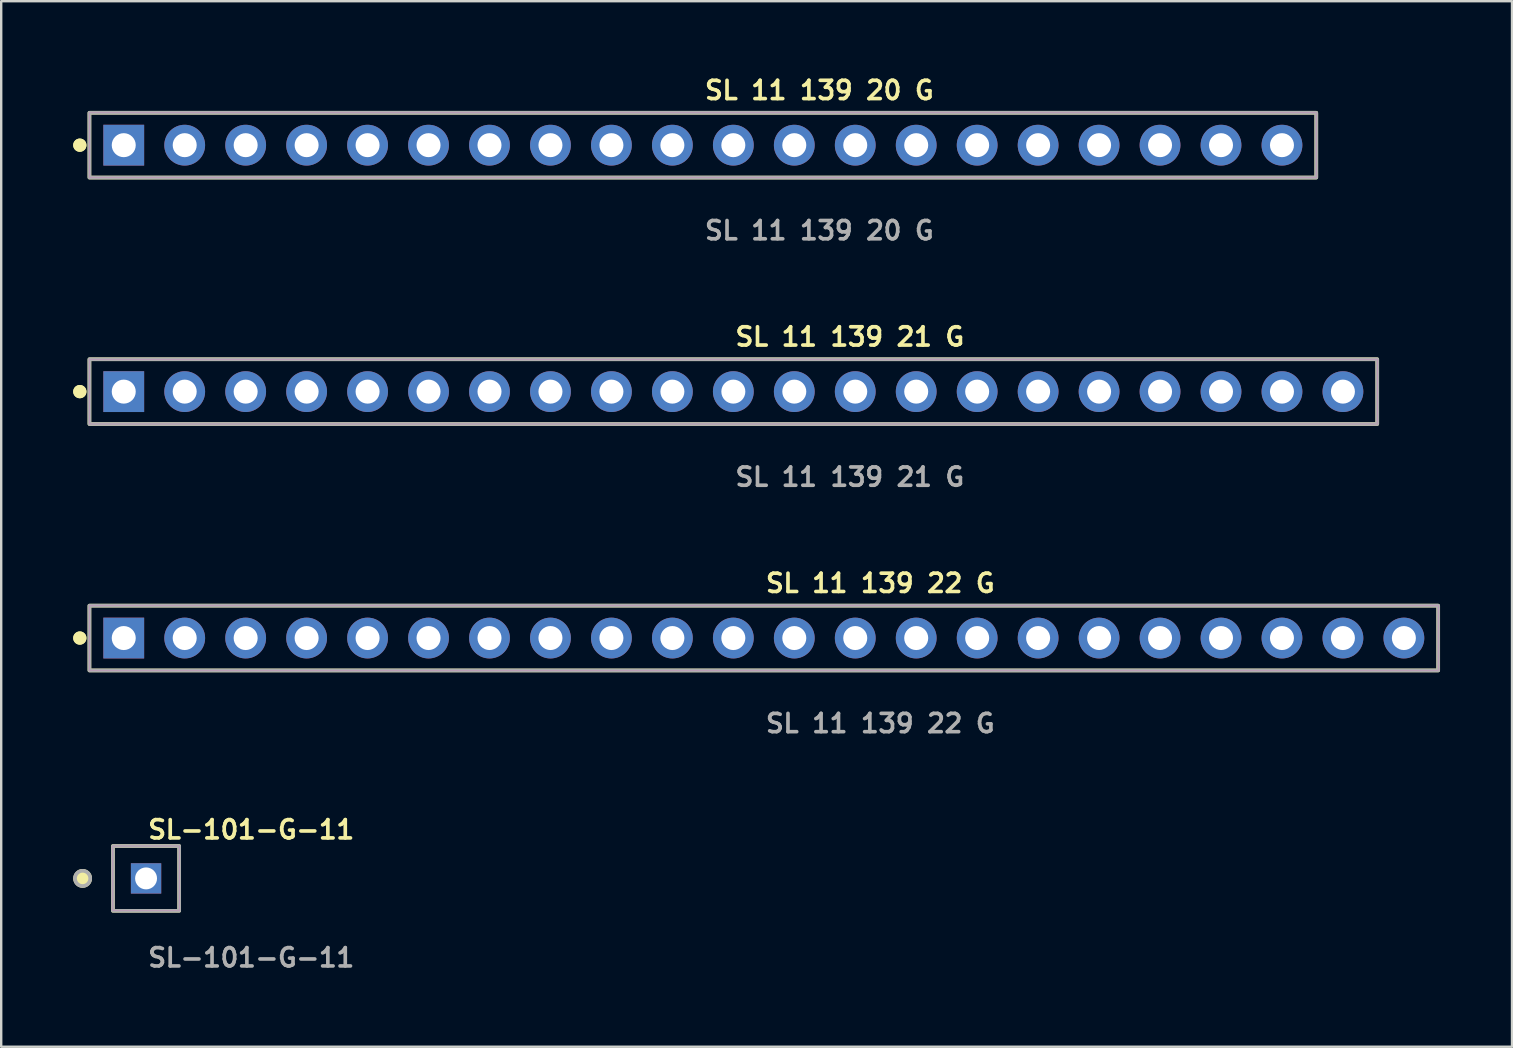
<source format=kicad_pcb>
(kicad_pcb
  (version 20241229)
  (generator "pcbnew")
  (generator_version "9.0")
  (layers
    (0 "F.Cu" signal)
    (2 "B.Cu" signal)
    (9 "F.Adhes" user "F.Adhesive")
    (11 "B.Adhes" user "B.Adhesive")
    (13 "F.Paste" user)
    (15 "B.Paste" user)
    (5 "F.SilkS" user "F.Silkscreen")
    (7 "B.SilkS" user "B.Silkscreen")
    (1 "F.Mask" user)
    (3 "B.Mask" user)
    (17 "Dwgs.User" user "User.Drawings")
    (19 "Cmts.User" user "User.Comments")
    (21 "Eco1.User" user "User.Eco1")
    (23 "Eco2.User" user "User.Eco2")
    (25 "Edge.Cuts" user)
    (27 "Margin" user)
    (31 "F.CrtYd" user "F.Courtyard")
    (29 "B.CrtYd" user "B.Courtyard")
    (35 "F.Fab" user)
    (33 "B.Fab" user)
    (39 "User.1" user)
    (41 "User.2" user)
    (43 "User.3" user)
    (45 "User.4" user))
  (footprint "SL 11 139 20 G"
    (layer "F.Cu")
    (at 26.236 2.999)
    (property "Reference" "SL 11 139 20 G" (at 0 -2.286 0) (unlocked yes) (layer "F.SilkS") (effects (font (size 0.762 0.762) (thickness 0.152)) (justify left)))
    (fp_rect (start -25.56 1.35) (end 25.56 -1.35) (stroke (width 0.152) (type solid)) (fill no) (layer "F.SilkS"))
    (fp_circle (center -25.96 0) (end -26.16 0) (stroke (width 0.152) (type solid)) (fill yes) (layer "F.SilkS"))
    (fp_circle (center -25.96 0) (end -26.16 0) (stroke (width 0.152) (type solid)) (fill yes) (layer "F.SilkS"))
    (fp_rect (start -25.56 1.35) (end 25.56 -1.35) (stroke (width 0.006) (type solid)) (fill no) (layer "F.CrtYd"))
    (fp_rect (start -25.56 1.35) (end 25.56 -1.35) (stroke (width 0.152) (type solid)) (fill no) (layer "F.Fab"))
    (fp_text user "${REFERENCE}" (at 0 3.556 0) (unlocked yes) (layer "F.Fab") (effects (font (size 0.762 0.762) (thickness 0.152)) (justify left)))
    (pad "1" thru_hole rect (at -24.13 0) (size 1.7 1.7) (drill 1) (layers "*.Cu" "*.Mask"))
    (pad "2" thru_hole circle (at -21.59 0) (size 1.7 1.7) (drill 1) (layers "*.Cu" "*.Mask"))
    (pad "3" thru_hole circle (at -19.05 0) (size 1.7 1.7) (drill 1) (layers "*.Cu" "*.Mask"))
    (pad "4" thru_hole circle (at -16.51 0) (size 1.7 1.7) (drill 1) (layers "*.Cu" "*.Mask"))
    (pad "5" thru_hole circle (at -13.97 0) (size 1.7 1.7) (drill 1) (layers "*.Cu" "*.Mask"))
    (pad "6" thru_hole circle (at -11.43 0) (size 1.7 1.7) (drill 1) (layers "*.Cu" "*.Mask"))
    (pad "7" thru_hole circle (at -8.89 0) (size 1.7 1.7) (drill 1) (layers "*.Cu" "*.Mask"))
    (pad "8" thru_hole circle (at -6.35 0) (size 1.7 1.7) (drill 1) (layers "*.Cu" "*.Mask"))
    (pad "9" thru_hole circle (at -3.81 0) (size 1.7 1.7) (drill 1) (layers "*.Cu" "*.Mask"))
    (pad "10" thru_hole circle (at -1.27 0) (size 1.7 1.7) (drill 1) (layers "*.Cu" "*.Mask"))
    (pad "11" thru_hole circle (at 1.27 0) (size 1.7 1.7) (drill 1) (layers "*.Cu" "*.Mask"))
    (pad "12" thru_hole circle (at 3.81 0) (size 1.7 1.7) (drill 1) (layers "*.Cu" "*.Mask"))
    (pad "13" thru_hole circle (at 6.35 0) (size 1.7 1.7) (drill 1) (layers "*.Cu" "*.Mask"))
    (pad "14" thru_hole circle (at 8.89 0) (size 1.7 1.7) (drill 1) (layers "*.Cu" "*.Mask"))
    (pad "15" thru_hole circle (at 11.43 0) (size 1.7 1.7) (drill 1) (layers "*.Cu" "*.Mask"))
    (pad "16" thru_hole circle (at 13.97 0) (size 1.7 1.7) (drill 1) (layers "*.Cu" "*.Mask"))
    (pad "17" thru_hole circle (at 16.51 0) (size 1.7 1.7) (drill 1) (layers "*.Cu" "*.Mask"))
    (pad "18" thru_hole circle (at 19.05 0) (size 1.7 1.7) (drill 1) (layers "*.Cu" "*.Mask"))
    (pad "19" thru_hole circle (at 21.59 0) (size 1.7 1.7) (drill 1) (layers "*.Cu" "*.Mask"))
    (pad "20" thru_hole circle (at 24.13 0) (size 1.7 1.7) (drill 1) (layers "*.Cu" "*.Mask")))
  (footprint "SL 11 139 22 G"
    (layer "F.Cu")
    (at 28.776 23.536)
    (property "Reference" "SL 11 139 22 G" (at 0 -2.286 0) (unlocked yes) (layer "F.SilkS") (effects (font (size 0.762 0.762) (thickness 0.152)) (justify left)))
    (fp_rect (start -28.1 1.35) (end 28.1 -1.35) (stroke (width 0.152) (type solid)) (fill no) (layer "F.SilkS"))
    (fp_circle (center -28.5 0) (end -28.7 0) (stroke (width 0.152) (type solid)) (fill yes) (layer "F.SilkS"))
    (fp_circle (center -28.5 0) (end -28.7 0) (stroke (width 0.152) (type solid)) (fill yes) (layer "F.SilkS"))
    (fp_rect (start -28.1 1.35) (end 28.1 -1.35) (stroke (width 0.006) (type solid)) (fill no) (layer "F.CrtYd"))
    (fp_rect (start -28.1 1.35) (end 28.1 -1.35) (stroke (width 0.152) (type solid)) (fill no) (layer "F.Fab"))
    (fp_text user "${REFERENCE}" (at 0 3.556 0) (unlocked yes) (layer "F.Fab") (effects (font (size 0.762 0.762) (thickness 0.152)) (justify left)))
    (pad "1" thru_hole rect (at -26.67 0) (size 1.7 1.7) (drill 1) (layers "*.Cu" "*.Mask"))
    (pad "2" thru_hole circle (at -24.13 0) (size 1.7 1.7) (drill 1) (layers "*.Cu" "*.Mask"))
    (pad "3" thru_hole circle (at -21.59 0) (size 1.7 1.7) (drill 1) (layers "*.Cu" "*.Mask"))
    (pad "4" thru_hole circle (at -19.05 0) (size 1.7 1.7) (drill 1) (layers "*.Cu" "*.Mask"))
    (pad "5" thru_hole circle (at -16.51 0) (size 1.7 1.7) (drill 1) (layers "*.Cu" "*.Mask"))
    (pad "6" thru_hole circle (at -13.97 0) (size 1.7 1.7) (drill 1) (layers "*.Cu" "*.Mask"))
    (pad "7" thru_hole circle (at -11.43 0) (size 1.7 1.7) (drill 1) (layers "*.Cu" "*.Mask"))
    (pad "8" thru_hole circle (at -8.89 0) (size 1.7 1.7) (drill 1) (layers "*.Cu" "*.Mask"))
    (pad "9" thru_hole circle (at -6.35 0) (size 1.7 1.7) (drill 1) (layers "*.Cu" "*.Mask"))
    (pad "10" thru_hole circle (at -3.81 0) (size 1.7 1.7) (drill 1) (layers "*.Cu" "*.Mask"))
    (pad "11" thru_hole circle (at -1.27 0) (size 1.7 1.7) (drill 1) (layers "*.Cu" "*.Mask"))
    (pad "12" thru_hole circle (at 1.27 0) (size 1.7 1.7) (drill 1) (layers "*.Cu" "*.Mask"))
    (pad "13" thru_hole circle (at 3.81 0) (size 1.7 1.7) (drill 1) (layers "*.Cu" "*.Mask"))
    (pad "14" thru_hole circle (at 6.35 0) (size 1.7 1.7) (drill 1) (layers "*.Cu" "*.Mask"))
    (pad "15" thru_hole circle (at 8.89 0) (size 1.7 1.7) (drill 1) (layers "*.Cu" "*.Mask"))
    (pad "16" thru_hole circle (at 11.43 0) (size 1.7 1.7) (drill 1) (layers "*.Cu" "*.Mask"))
    (pad "17" thru_hole circle (at 13.97 0) (size 1.7 1.7) (drill 1) (layers "*.Cu" "*.Mask"))
    (pad "18" thru_hole circle (at 16.51 0) (size 1.7 1.7) (drill 1) (layers "*.Cu" "*.Mask"))
    (pad "19" thru_hole circle (at 19.05 0) (size 1.7 1.7) (drill 1) (layers "*.Cu" "*.Mask"))
    (pad "20" thru_hole circle (at 21.59 0) (size 1.7 1.7) (drill 1) (layers "*.Cu" "*.Mask"))
    (pad "21" thru_hole circle (at 24.13 0) (size 1.7 1.7) (drill 1) (layers "*.Cu" "*.Mask"))
    (pad "22" thru_hole circle (at 26.67 0) (size 1.7 1.7) (drill 1) (layers "*.Cu" "*.Mask")))
  (footprint "SL-101-G-11"
    (layer "F.Cu")
    (at 3.036 33.551)
    (property "Reference" "SL-101-G-11" (at 0 -2.032 0) (unlocked yes) (layer "F.SilkS") (effects (font (size 0.762 0.762) (thickness 0.152)) (justify left)))
    (fp_rect (start -1.38 1.35) (end 1.38 -1.35) (stroke (width 0.152) (type solid)) (fill no) (layer "F.SilkS"))
    (fp_circle (center -2.644 0) (end -2.96 0) (stroke (width 0.152) (type solid)) (fill yes) (layer "F.SilkS"))
    (fp_rect (start -1.38 1.35) (end 1.38 -1.35) (stroke (width 0.006) (type solid)) (fill no) (layer "F.CrtYd"))
    (fp_rect (start -1.38 1.35) (end 1.38 -1.35) (stroke (width 0.152) (type solid)) (fill no) (layer "F.Fab"))
    (fp_circle (center -2.644 0) (end -2.96 0) (stroke (width 0.152) (type solid)) (fill no) (layer "F.Fab"))
    (fp_text user "${REFERENCE}" (at 0 3.302 0) (unlocked yes) (layer "F.Fab") (effects (font (size 0.762 0.762) (thickness 0.152)) (justify left)))
    (pad "1" thru_hole rect (at 0 0) (size 1.264 1.264) (drill 0.914) (layers "*.Cu" "*.Mask")))
  (footprint "SL 11 139 21 G"
    (layer "F.Cu")
    (at 27.506 13.268)
    (property "Reference" "SL 11 139 21 G" (at 0 -2.286 0) (unlocked yes) (layer "F.SilkS") (effects (font (size 0.762 0.762) (thickness 0.152)) (justify left)))
    (fp_rect (start -26.83 1.35) (end 26.83 -1.35) (stroke (width 0.152) (type solid)) (fill no) (layer "F.SilkS"))
    (fp_circle (center -27.23 0) (end -27.43 0) (stroke (width 0.152) (type solid)) (fill yes) (layer "F.SilkS"))
    (fp_circle (center -27.23 0) (end -27.43 0) (stroke (width 0.152) (type solid)) (fill yes) (layer "F.SilkS"))
    (fp_rect (start -26.83 1.35) (end 26.83 -1.35) (stroke (width 0.006) (type solid)) (fill no) (layer "F.CrtYd"))
    (fp_rect (start -26.83 1.35) (end 26.83 -1.35) (stroke (width 0.152) (type solid)) (fill no) (layer "F.Fab"))
    (fp_text user "${REFERENCE}" (at 0 3.556 0) (unlocked yes) (layer "F.Fab") (effects (font (size 0.762 0.762) (thickness 0.152)) (justify left)))
    (pad "1" thru_hole rect (at -25.4 0) (size 1.7 1.7) (drill 1) (layers "*.Cu" "*.Mask"))
    (pad "2" thru_hole circle (at -22.86 0) (size 1.7 1.7) (drill 1) (layers "*.Cu" "*.Mask"))
    (pad "3" thru_hole circle (at -20.32 0) (size 1.7 1.7) (drill 1) (layers "*.Cu" "*.Mask"))
    (pad "4" thru_hole circle (at -17.78 0) (size 1.7 1.7) (drill 1) (layers "*.Cu" "*.Mask"))
    (pad "5" thru_hole circle (at -15.24 0) (size 1.7 1.7) (drill 1) (layers "*.Cu" "*.Mask"))
    (pad "6" thru_hole circle (at -12.7 0) (size 1.7 1.7) (drill 1) (layers "*.Cu" "*.Mask"))
    (pad "7" thru_hole circle (at -10.16 0) (size 1.7 1.7) (drill 1) (layers "*.Cu" "*.Mask"))
    (pad "8" thru_hole circle (at -7.62 0) (size 1.7 1.7) (drill 1) (layers "*.Cu" "*.Mask"))
    (pad "9" thru_hole circle (at -5.08 0) (size 1.7 1.7) (drill 1) (layers "*.Cu" "*.Mask"))
    (pad "10" thru_hole circle (at -2.54 0) (size 1.7 1.7) (drill 1) (layers "*.Cu" "*.Mask"))
    (pad "11" thru_hole circle (at 0 0) (size 1.7 1.7) (drill 1) (layers "*.Cu" "*.Mask"))
    (pad "12" thru_hole circle (at 2.54 0) (size 1.7 1.7) (drill 1) (layers "*.Cu" "*.Mask"))
    (pad "13" thru_hole circle (at 5.08 0) (size 1.7 1.7) (drill 1) (layers "*.Cu" "*.Mask"))
    (pad "14" thru_hole circle (at 7.62 0) (size 1.7 1.7) (drill 1) (layers "*.Cu" "*.Mask"))
    (pad "15" thru_hole circle (at 10.16 0) (size 1.7 1.7) (drill 1) (layers "*.Cu" "*.Mask"))
    (pad "16" thru_hole circle (at 12.7 0) (size 1.7 1.7) (drill 1) (layers "*.Cu" "*.Mask"))
    (pad "17" thru_hole circle (at 15.24 0) (size 1.7 1.7) (drill 1) (layers "*.Cu" "*.Mask"))
    (pad "18" thru_hole circle (at 17.78 0) (size 1.7 1.7) (drill 1) (layers "*.Cu" "*.Mask"))
    (pad "19" thru_hole circle (at 20.32 0) (size 1.7 1.7) (drill 1) (layers "*.Cu" "*.Mask"))
    (pad "20" thru_hole circle (at 22.86 0) (size 1.7 1.7) (drill 1) (layers "*.Cu" "*.Mask"))
    (pad "21" thru_hole circle (at 25.4 0) (size 1.7 1.7) (drill 1) (layers "*.Cu" "*.Mask")))
  (gr_rect
    (start -3 -3)
    (end 59.952 40.566)
    (stroke (width 0.1) (type default))
    (fill no)
    (layer "Edge.Cuts")))
</source>
